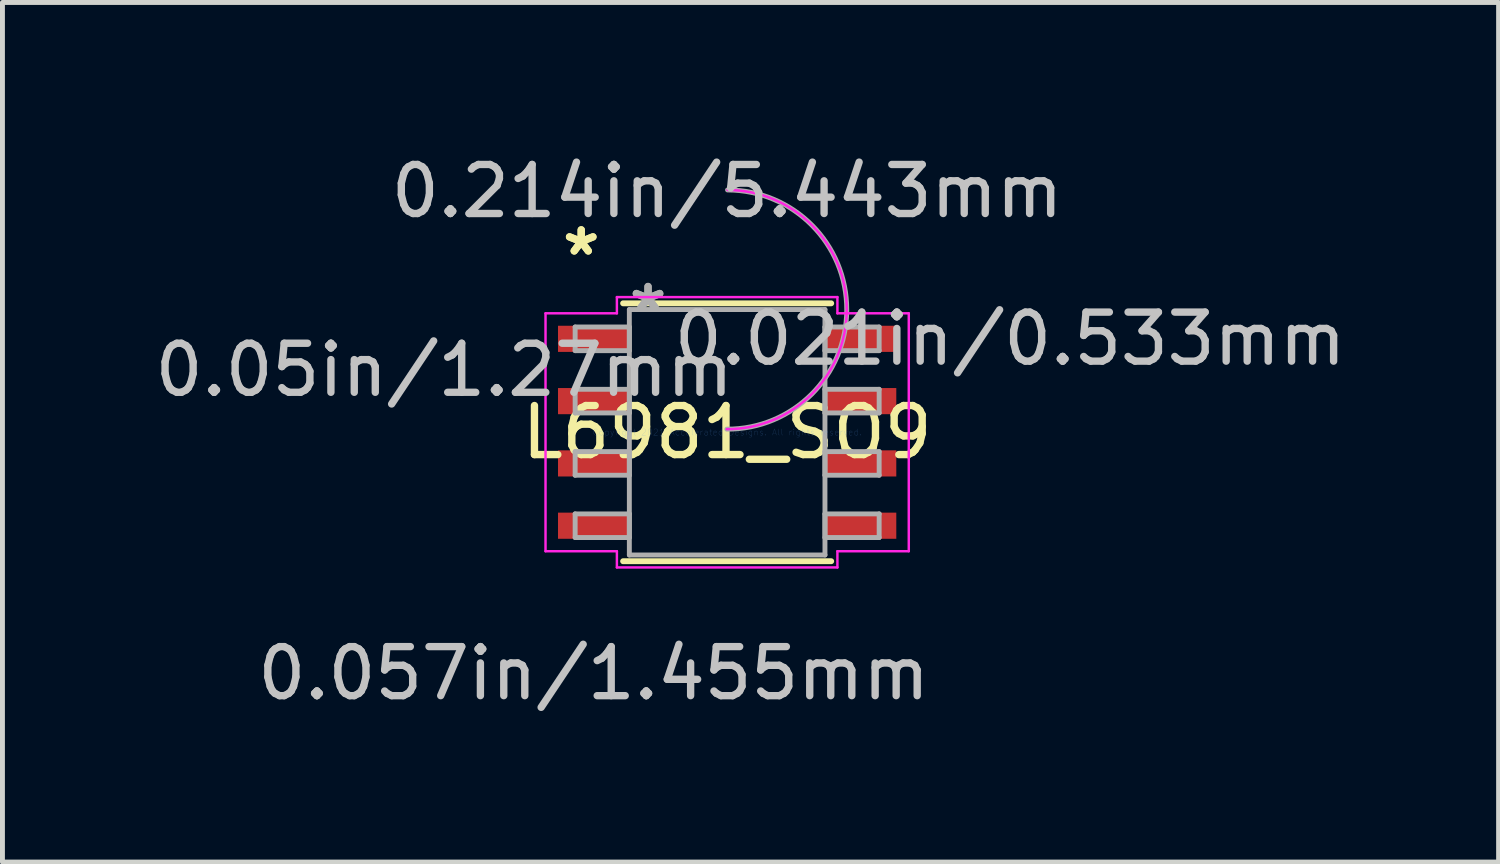
<source format=kicad_pcb>
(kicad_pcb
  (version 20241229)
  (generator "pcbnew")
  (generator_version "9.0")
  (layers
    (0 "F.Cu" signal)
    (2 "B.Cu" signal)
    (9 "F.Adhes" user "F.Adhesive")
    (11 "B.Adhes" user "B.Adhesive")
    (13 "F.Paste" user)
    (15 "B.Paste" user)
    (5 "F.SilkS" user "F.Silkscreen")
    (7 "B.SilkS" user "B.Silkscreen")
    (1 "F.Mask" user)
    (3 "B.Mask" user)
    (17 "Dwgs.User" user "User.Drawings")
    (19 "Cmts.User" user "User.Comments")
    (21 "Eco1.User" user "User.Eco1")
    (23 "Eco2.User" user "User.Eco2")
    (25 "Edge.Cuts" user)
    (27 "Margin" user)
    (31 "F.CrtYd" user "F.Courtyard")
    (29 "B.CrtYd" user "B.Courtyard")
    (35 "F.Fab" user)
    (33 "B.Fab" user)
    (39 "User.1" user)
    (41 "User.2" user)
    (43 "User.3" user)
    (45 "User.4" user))
  (footprint "L6981_SO9"
    (layer "F.Cu")
    (at 11.775 5.763)
    (property "Reference" "L6981_SO9" (at 0 0 0) (layer "F.SilkS") (effects (font (size 1 1) (thickness 0.15))))
    (attr through_hole)
    (fp_line (start -2.121 2.629) (end 2.121 2.629) (stroke (width 0.12) (type solid)) (layer "F.SilkS"))
    (fp_line (start 2.121 -2.629) (end -2.121 -2.629) (stroke (width 0.12) (type solid)) (layer "F.SilkS"))
    (fp_line (start -3.703 -2.425) (end -2.248 -2.425) (stroke (width 0.05) (type solid)) (layer "F.CrtYd"))
    (fp_line (start -3.703 2.425) (end -3.703 -2.425) (stroke (width 0.05) (type solid)) (layer "F.CrtYd"))
    (fp_line (start -2.248 -2.756) (end 2.248 -2.756) (stroke (width 0.05) (type solid)) (layer "F.CrtYd"))
    (fp_line (start -2.248 -2.425) (end -2.248 -2.756) (stroke (width 0.05) (type solid)) (layer "F.CrtYd"))
    (fp_line (start -2.248 2.425) (end -3.703 2.425) (stroke (width 0.05) (type solid)) (layer "F.CrtYd"))
    (fp_line (start -2.248 2.756) (end -2.248 2.425) (stroke (width 0.05) (type solid)) (layer "F.CrtYd"))
    (fp_line (start 2.248 -2.756) (end 2.248 -2.425) (stroke (width 0.05) (type solid)) (layer "F.CrtYd"))
    (fp_line (start 2.248 -2.425) (end 3.703 -2.425) (stroke (width 0.05) (type solid)) (layer "F.CrtYd"))
    (fp_line (start 2.248 2.425) (end 2.248 2.756) (stroke (width 0.05) (type solid)) (layer "F.CrtYd"))
    (fp_line (start 2.248 2.756) (end -2.248 2.756) (stroke (width 0.05) (type solid)) (layer "F.CrtYd"))
    (fp_line (start 3.703 -2.425) (end 3.703 2.425) (stroke (width 0.05) (type solid)) (layer "F.CrtYd"))
    (fp_line (start 3.703 2.425) (end 2.248 2.425) (stroke (width 0.05) (type solid)) (layer "F.CrtYd"))
    (fp_arc (start 0.008441 -4.940252) (mid 2.438352 -2.493459) (end -0.008441 -0.063548) (stroke (width 0.05) (type solid)) (layer "F.CrtYd"))
    (fp_line (start -3.099 -2.146) (end -3.099 -1.664) (stroke (width 0.1) (type solid)) (layer "F.Fab"))
    (fp_line (start -3.099 -1.664) (end -1.994 -1.664) (stroke (width 0.1) (type solid)) (layer "F.Fab"))
    (fp_line (start -3.099 -0.876) (end -3.099 -0.394) (stroke (width 0.1) (type solid)) (layer "F.Fab"))
    (fp_line (start -3.099 -0.394) (end -1.994 -0.394) (stroke (width 0.1) (type solid)) (layer "F.Fab"))
    (fp_line (start -3.099 0.394) (end -3.099 0.876) (stroke (width 0.1) (type solid)) (layer "F.Fab"))
    (fp_line (start -3.099 0.876) (end -1.994 0.876) (stroke (width 0.1) (type solid)) (layer "F.Fab"))
    (fp_line (start -3.099 1.664) (end -3.099 2.146) (stroke (width 0.1) (type solid)) (layer "F.Fab"))
    (fp_line (start -3.099 2.146) (end -1.994 2.146) (stroke (width 0.1) (type solid)) (layer "F.Fab"))
    (fp_line (start -1.994 -2.502) (end -1.994 2.502) (stroke (width 0.1) (type solid)) (layer "F.Fab"))
    (fp_line (start -1.994 -2.146) (end -3.099 -2.146) (stroke (width 0.1) (type solid)) (layer "F.Fab"))
    (fp_line (start -1.994 -1.664) (end -1.994 -2.146) (stroke (width 0.1) (type solid)) (layer "F.Fab"))
    (fp_line (start -1.994 -0.876) (end -3.099 -0.876) (stroke (width 0.1) (type solid)) (layer "F.Fab"))
    (fp_line (start -1.994 -0.394) (end -1.994 -0.876) (stroke (width 0.1) (type solid)) (layer "F.Fab"))
    (fp_line (start -1.994 0.394) (end -3.099 0.394) (stroke (width 0.1) (type solid)) (layer "F.Fab"))
    (fp_line (start -1.994 0.876) (end -1.994 0.394) (stroke (width 0.1) (type solid)) (layer "F.Fab"))
    (fp_line (start -1.994 1.664) (end -3.099 1.664) (stroke (width 0.1) (type solid)) (layer "F.Fab"))
    (fp_line (start -1.994 2.146) (end -1.994 1.664) (stroke (width 0.1) (type solid)) (layer "F.Fab"))
    (fp_line (start -1.994 2.502) (end 1.994 2.502) (stroke (width 0.1) (type solid)) (layer "F.Fab"))
    (fp_line (start 1.994 -2.502) (end -1.994 -2.502) (stroke (width 0.1) (type solid)) (layer "F.Fab"))
    (fp_line (start 1.994 -2.146) (end 1.994 -1.664) (stroke (width 0.1) (type solid)) (layer "F.Fab"))
    (fp_line (start 1.994 -1.664) (end 3.099 -1.664) (stroke (width 0.1) (type solid)) (layer "F.Fab"))
    (fp_line (start 1.994 -0.876) (end 1.994 -0.394) (stroke (width 0.1) (type solid)) (layer "F.Fab"))
    (fp_line (start 1.994 -0.394) (end 3.099 -0.394) (stroke (width 0.1) (type solid)) (layer "F.Fab"))
    (fp_line (start 1.994 0.394) (end 1.994 0.876) (stroke (width 0.1) (type solid)) (layer "F.Fab"))
    (fp_line (start 1.994 0.876) (end 3.099 0.876) (stroke (width 0.1) (type solid)) (layer "F.Fab"))
    (fp_line (start 1.994 1.664) (end 1.994 2.146) (stroke (width 0.1) (type solid)) (layer "F.Fab"))
    (fp_line (start 1.994 2.146) (end 3.099 2.146) (stroke (width 0.1) (type solid)) (layer "F.Fab"))
    (fp_line (start 1.994 2.502) (end 1.994 -2.502) (stroke (width 0.1) (type solid)) (layer "F.Fab"))
    (fp_line (start 3.099 -2.146) (end 1.994 -2.146) (stroke (width 0.1) (type solid)) (layer "F.Fab"))
    (fp_line (start 3.099 -1.664) (end 3.099 -2.146) (stroke (width 0.1) (type solid)) (layer "F.Fab"))
    (fp_line (start 3.099 -0.876) (end 1.994 -0.876) (stroke (width 0.1) (type solid)) (layer "F.Fab"))
    (fp_line (start 3.099 -0.394) (end 3.099 -0.876) (stroke (width 0.1) (type solid)) (layer "F.Fab"))
    (fp_line (start 3.099 0.394) (end 1.994 0.394) (stroke (width 0.1) (type solid)) (layer "F.Fab"))
    (fp_line (start 3.099 0.876) (end 3.099 0.394) (stroke (width 0.1) (type solid)) (layer "F.Fab"))
    (fp_line (start 3.099 1.664) (end 1.994 1.664) (stroke (width 0.1) (type solid)) (layer "F.Fab"))
    (fp_line (start 3.099 2.146) (end 3.099 1.664) (stroke (width 0.1) (type solid)) (layer "F.Fab"))
    (fp_arc (start 0.007742 -4.940252) (mid 2.438352 -2.494158) (end -0.007742 -0.063548) (stroke (width 0.1) (type solid)) (layer "F.Fab"))
    (fp_text user "*" (at -2.975 -3.581 0) (layer "F.SilkS") (effects (font (size 1 1) (thickness 0.15))))
    (fp_text user "*" (at -2.975 -3.581 0) (layer "F.SilkS") (effects (font (size 1 1) (thickness 0.15))))
    (fp_text user "0.214in/5.443mm" (at 0 -4.915 0) (layer "Dwgs.User") (effects (font (size 1 1) (thickness 0.15))))
    (fp_text user "0.05in/1.27mm" (at -5.769 -1.27 0) (layer "Dwgs.User") (effects (font (size 1 1) (thickness 0.15))))
    (fp_text user "0.021in/0.533mm" (at 5.769 -1.905 0) (layer "Dwgs.User") (effects (font (size 1 1) (thickness 0.15))))
    (fp_text user "0.057in/1.455mm" (at -2.721 4.915 0) (layer "Dwgs.User") (effects (font (size 1 1) (thickness 0.15))))
    (fp_text user "Copyright 2021 Accelerated Designs. All rights reserved." (at 0 0 0) (layer "Cmts.User") (effects (font (size 0.127 0.127) (thickness 0.002))))
    (fp_text user "*" (at -1.613 -2.426 0) (layer "F.Fab") (effects (font (size 1 1) (thickness 0.15))))
    (fp_text user "*" (at -1.613 -2.426 0) (layer "F.Fab") (effects (font (size 1 1) (thickness 0.15))))
    (pad "1" smd rect (at -2.721 -1.905) (size 1.455 0.533) (layers "F.Cu" "F.Mask" "F.Paste"))
    (pad "2" smd rect (at -2.721 -0.635) (size 1.455 0.533) (layers "F.Cu" "F.Mask" "F.Paste"))
    (pad "3" smd rect (at -2.721 0.635) (size 1.455 0.533) (layers "F.Cu" "F.Mask" "F.Paste"))
    (pad "4" smd rect (at -2.721 1.905) (size 1.455 0.533) (layers "F.Cu" "F.Mask" "F.Paste"))
    (pad "5" smd rect (at 2.721 1.905) (size 1.455 0.533) (layers "F.Cu" "F.Mask" "F.Paste"))
    (pad "6" smd rect (at 2.721 0.635) (size 1.455 0.533) (layers "F.Cu" "F.Mask" "F.Paste"))
    (pad "7" smd rect (at 2.721 -0.635) (size 1.455 0.533) (layers "F.Cu" "F.Mask" "F.Paste"))
    (pad "8" smd rect (at 2.721 -1.905) (size 1.455 0.533) (layers "F.Cu" "F.Mask" "F.Paste")))
  (gr_rect
    (start -3 -3)
    (end 27.503 14.526)
    (stroke (width 0.1) (type default))
    (fill no)
    (layer "Edge.Cuts")))
</source>
